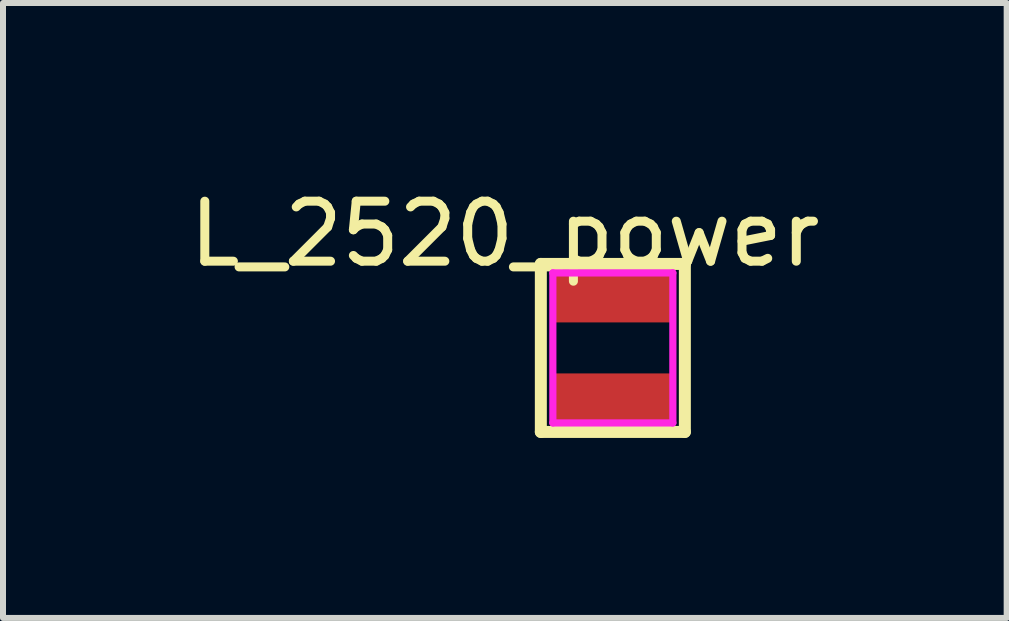
<source format=kicad_pcb>
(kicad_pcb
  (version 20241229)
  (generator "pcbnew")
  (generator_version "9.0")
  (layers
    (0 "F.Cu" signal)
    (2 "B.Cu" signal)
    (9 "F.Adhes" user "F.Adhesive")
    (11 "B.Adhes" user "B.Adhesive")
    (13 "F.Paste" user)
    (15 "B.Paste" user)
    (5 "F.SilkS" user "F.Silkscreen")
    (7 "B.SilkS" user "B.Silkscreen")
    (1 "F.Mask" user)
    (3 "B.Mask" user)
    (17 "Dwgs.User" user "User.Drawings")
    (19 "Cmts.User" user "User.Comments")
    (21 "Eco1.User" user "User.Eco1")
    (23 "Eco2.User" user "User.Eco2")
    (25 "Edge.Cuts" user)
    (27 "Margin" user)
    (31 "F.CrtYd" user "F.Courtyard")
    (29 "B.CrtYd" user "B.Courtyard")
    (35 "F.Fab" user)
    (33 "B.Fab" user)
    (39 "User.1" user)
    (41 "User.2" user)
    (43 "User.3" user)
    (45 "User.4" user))
  (footprint "L_2520_power"
    (layer "F.Cu")
    (at 7.163 2.748)
    (property "Reference" "L_2520_power" (at -1.8 -1.9 0) (layer "F.SilkS") (effects (font (size 1 1) (thickness 0.15))))
    (attr smd)
    (fp_line (start -1.2 -1.4) (end 1.2 -1.4) (stroke (width 0.2) (type solid)) (layer "F.SilkS"))
    (fp_line (start -1.2 1.4) (end -1.2 -1.4) (stroke (width 0.2) (type solid)) (layer "F.SilkS"))
    (fp_line (start 1.2 -1.4) (end 1.2 1.4) (stroke (width 0.2) (type solid)) (layer "F.SilkS"))
    (fp_line (start 1.2 1.4) (end -1.2 1.4) (stroke (width 0.2) (type solid)) (layer "F.SilkS"))
    (fp_line (start -1 -1.25) (end 1 -1.25) (stroke (width 0.12) (type solid)) (layer "F.CrtYd"))
    (fp_line (start -1 1.25) (end -1 -1.25) (stroke (width 0.12) (type solid)) (layer "F.CrtYd"))
    (fp_line (start 1 -1.25) (end 1 1.25) (stroke (width 0.12) (type solid)) (layer "F.CrtYd"))
    (fp_line (start 1 1.25) (end -1 1.25) (stroke (width 0.12) (type solid)) (layer "F.CrtYd"))
    (pad "1" smd rect (at 0 -0.85) (size 2 0.85) (layers "F.Cu" "F.Mask" "F.Paste"))
    (pad "2" smd rect (at 0 0.85) (size 2 0.85) (layers "F.Cu" "F.Mask" "F.Paste")))
  (gr_rect
    (start -3 -3)
    (end 13.726 7.248)
    (stroke (width 0.1) (type default))
    (fill no)
    (layer "Edge.Cuts")))
</source>
